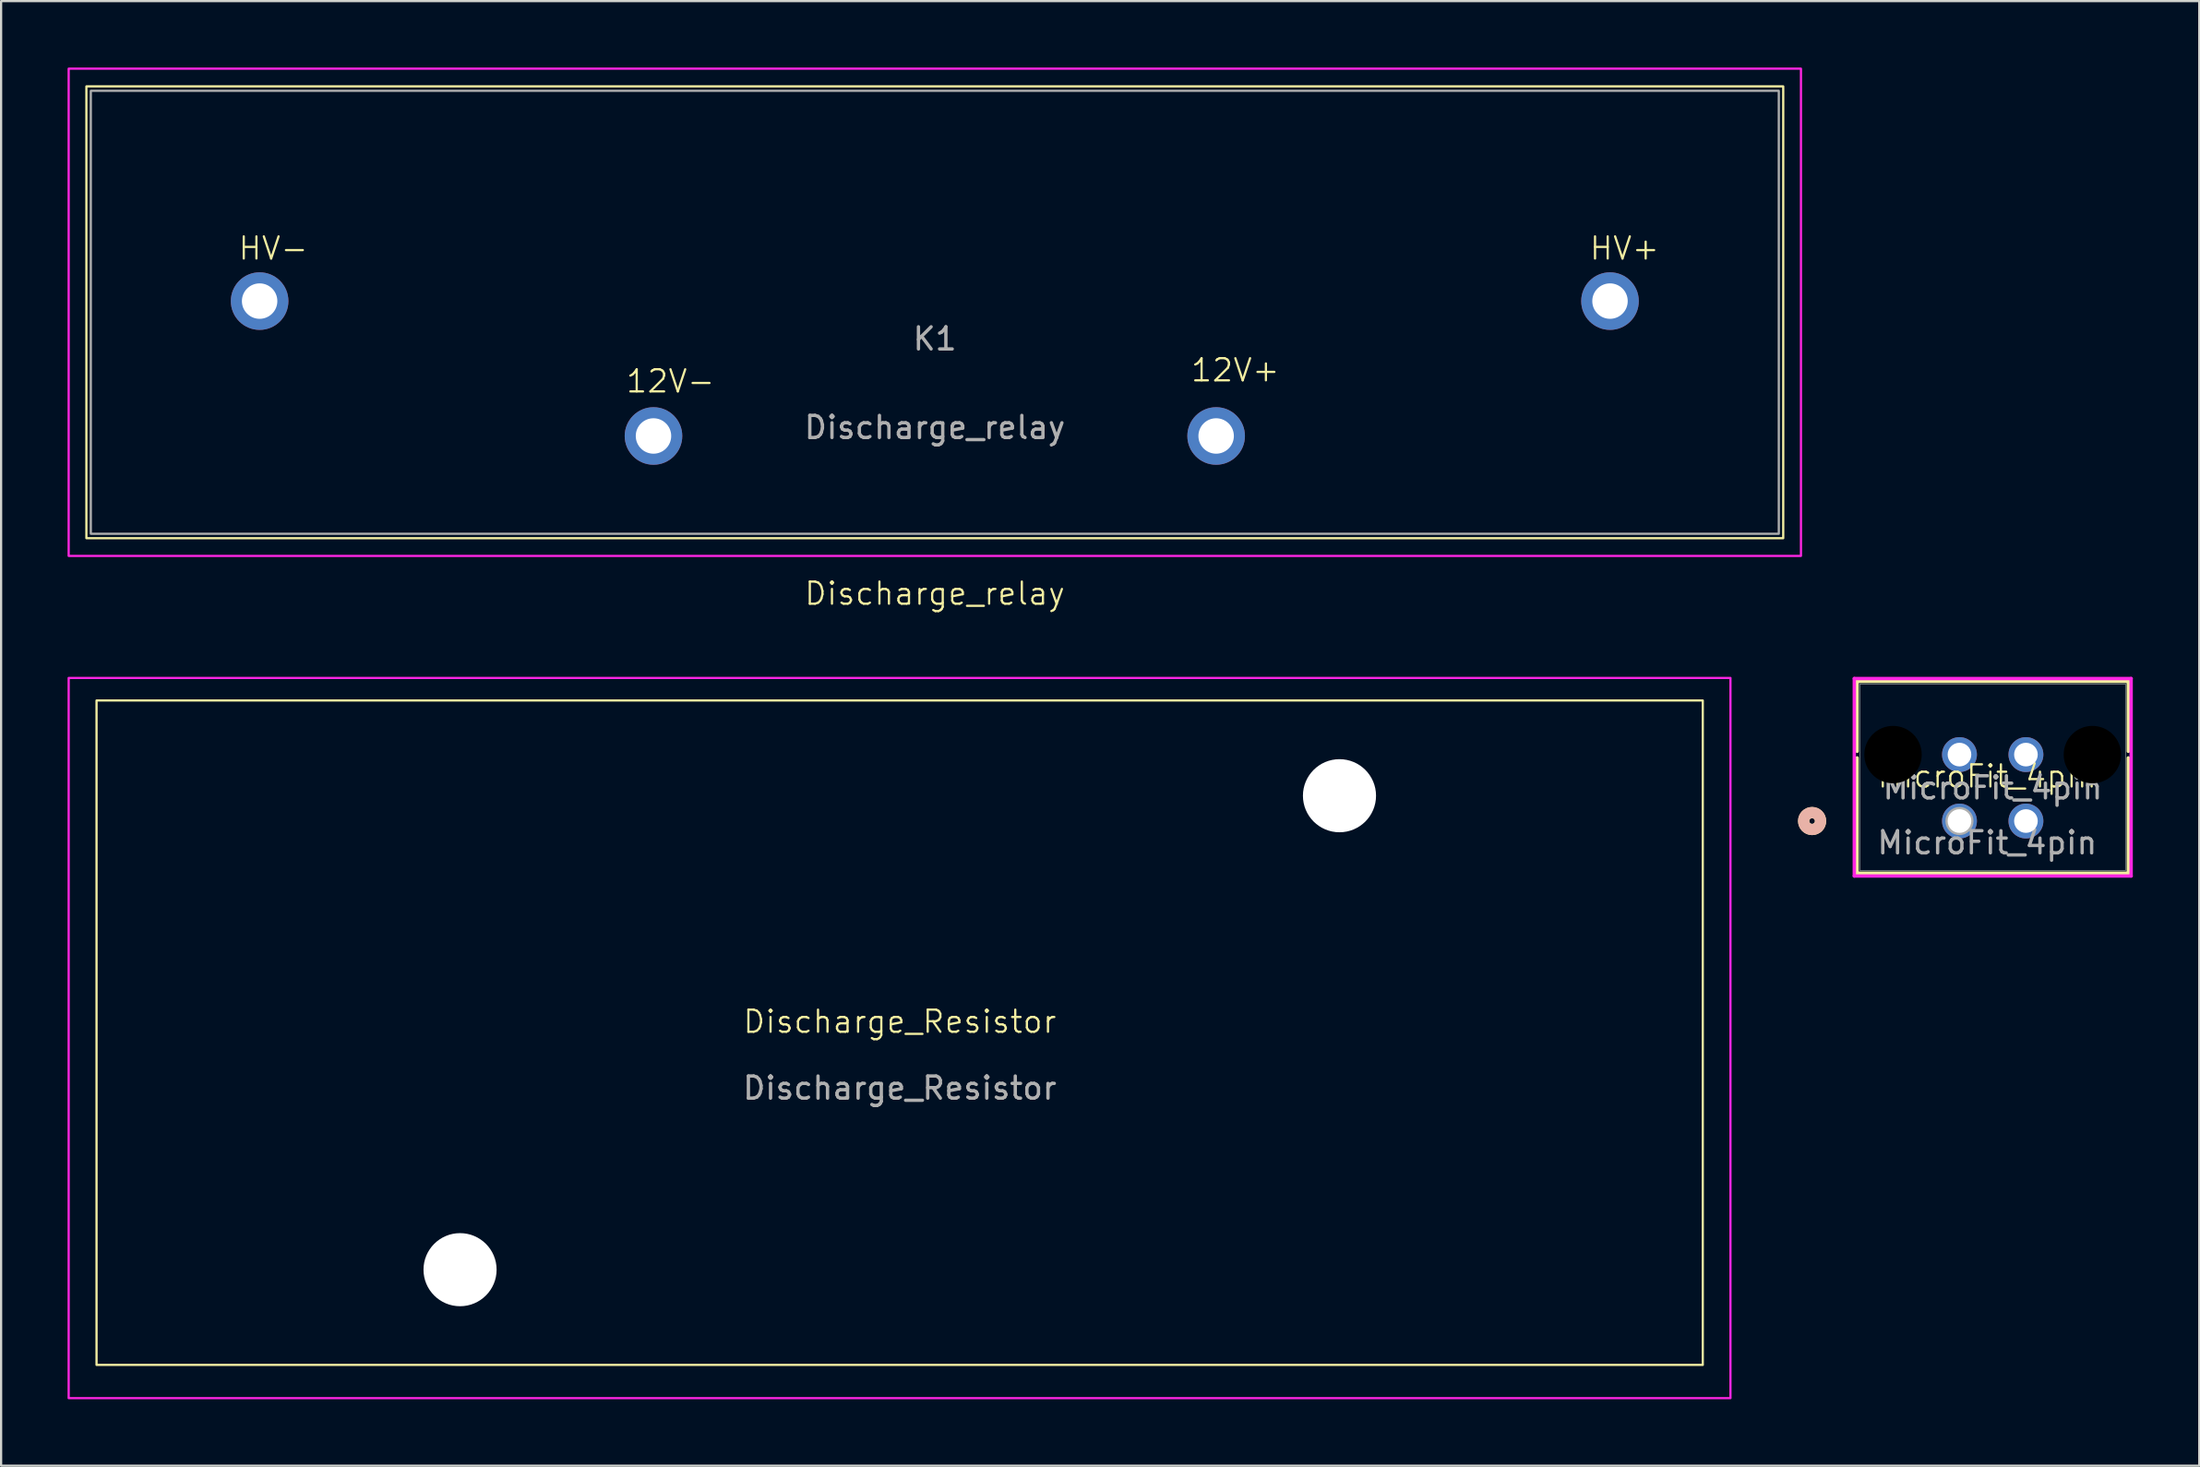
<source format=kicad_pcb>
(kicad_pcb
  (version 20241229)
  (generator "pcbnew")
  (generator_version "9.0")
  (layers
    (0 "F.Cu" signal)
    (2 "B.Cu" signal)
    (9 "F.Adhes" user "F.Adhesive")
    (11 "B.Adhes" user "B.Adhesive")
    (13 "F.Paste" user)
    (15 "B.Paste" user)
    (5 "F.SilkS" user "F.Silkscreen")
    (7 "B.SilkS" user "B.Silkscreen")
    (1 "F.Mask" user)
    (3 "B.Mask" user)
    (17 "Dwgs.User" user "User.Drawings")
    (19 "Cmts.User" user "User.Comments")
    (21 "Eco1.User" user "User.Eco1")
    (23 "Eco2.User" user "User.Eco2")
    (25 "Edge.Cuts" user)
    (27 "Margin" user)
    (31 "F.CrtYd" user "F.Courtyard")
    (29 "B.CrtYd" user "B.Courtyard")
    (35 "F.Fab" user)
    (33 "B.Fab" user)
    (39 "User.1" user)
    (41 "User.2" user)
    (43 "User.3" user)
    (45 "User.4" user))
  (footprint "Discharge_relay"
    (layer "F.Cu")
    (at 39.15 12.25)
    (property "Reference" "Discharge_relay" (at 0 11.5 0) (unlocked yes) (layer "F.SilkS") (effects (font (size 1 1) (thickness 0.1))))
    (attr smd)
    (fp_rect (start -38.3 -11.4) (end 38.3 9) (stroke (width 0.1) (type solid)) (fill no) (layer "F.SilkS"))
    (fp_rect (start -39.1 -12.2) (end 39.1 9.8) (stroke (width 0.1) (type solid)) (fill no) (layer "F.CrtYd"))
    (fp_rect (start -38.1 -11.2) (end 38.1 8.8) (stroke (width 0.1) (type solid)) (fill no) (layer "F.Fab"))
    (fp_text user "12V-" (at -14 2.5 0) (unlocked yes) (layer "F.SilkS") (effects (font (size 1 1) (thickness 0.1)) (justify left bottom)))
    (fp_text user "12V+" (at 11.5 2 0) (unlocked yes) (layer "F.SilkS") (effects (font (size 1 1) (thickness 0.1)) (justify left bottom)))
    (fp_text user "HV-" (at -31.5 -3.5 0) (unlocked yes) (layer "F.SilkS") (effects (font (size 1 1) (thickness 0.1)) (justify left bottom)))
    (fp_text user "HV+" (at 29.5 -3.5 0) (unlocked yes) (layer "F.SilkS") (effects (font (size 1 1) (thickness 0.1)) (justify left bottom)))
    (fp_text user "K1" (at 0 0 0) (unlocked yes) (layer "F.Fab") (effects (font (size 1 1) (thickness 0.15))))
    (fp_text user "${REFERENCE}" (at 0 4 0) (unlocked yes) (layer "F.Fab") (effects (font (size 1 1) (thickness 0.15))))
    (pad "1" thru_hole circle (at 30.48 -1.705 180) (size 2.6 2.6) (drill 1.6) (layers "*.Cu" "*.Mask"))
    (pad "2" thru_hole circle (at 12.7 4.385 180) (size 2.6 2.6) (drill 1.6) (layers "*.Cu" "*.Mask"))
    (pad "3" thru_hole circle (at -12.7 4.385 180) (size 2.6 2.6) (drill 1.6) (layers "*.Cu" "*.Mask"))
    (pad "4" thru_hole circle (at -30.48 -1.705 180) (size 2.6 2.6) (drill 1.6) (layers "*.Cu" "*.Mask"))
    (zone (net_name "") (layer "F.SilkS") (hatch edge 0.5) (connect_pads) (min_thickness 0.25) (filled_areas_thickness no) (keepout (tracks allowed) (vias allowed) (pads not_allowed) (copperpour allowed) (footprints not_allowed)) (placement (enabled no)) (fill) (polygon (pts (xy 0.85 0.85) (xy 0.85 21.25) (xy 77.45 21.25) (xy 77.45 0.85)))))
  (footprint "MicroFit_4pin"
    (layer "F.Cu")
    (at 86.658 32.502)
    (property "Reference" "MicroFit_4pin" (at 0 -0.5 0) (unlocked yes) (layer "F.SilkS") (effects (font (size 1 1) (thickness 0.1))))
    (attr smd)
    (fp_line (start -5.873 -4.788) (end -5.873 -1.629) (stroke (width 0.152) (type solid)) (layer "F.SilkS"))
    (fp_line (start -5.873 -1.333) (end -5.873 3.873) (stroke (width 0.152) (type solid)) (layer "F.SilkS"))
    (fp_line (start -5.873 3.873) (end 6.37 3.873) (stroke (width 0.152) (type solid)) (layer "F.SilkS"))
    (fp_line (start 6.37 -4.788) (end -5.873 -4.788) (stroke (width 0.152) (type solid)) (layer "F.SilkS"))
    (fp_line (start 6.37 -1.629) (end 6.37 -4.788) (stroke (width 0.152) (type solid)) (layer "F.SilkS"))
    (fp_line (start 6.37 3.873) (end 6.37 -1.333) (stroke (width 0.152) (type solid)) (layer "F.SilkS"))
    (fp_circle (center -7.905 1.519) (end -7.524 1.519) (stroke (width 0.508) (type solid)) (fill no) (layer "F.SilkS"))
    (fp_circle (center -7.905 1.519) (end -7.524 1.519) (stroke (width 0.508) (type solid)) (fill no) (layer "B.SilkS"))
    (fp_line (start -6 -4.915) (end -6 4) (stroke (width 0.152) (type solid)) (layer "F.CrtYd"))
    (fp_line (start -6 4) (end 6.497 4) (stroke (width 0.152) (type solid)) (layer "F.CrtYd"))
    (fp_line (start 6.497 -4.915) (end -6 -4.915) (stroke (width 0.152) (type solid)) (layer "F.CrtYd"))
    (fp_line (start 6.497 4) (end 6.497 -4.915) (stroke (width 0.152) (type solid)) (layer "F.CrtYd"))
    (fp_line (start -5.746 -4.661) (end -5.746 3.746) (stroke (width 0.025) (type solid)) (layer "F.Fab"))
    (fp_line (start -5.746 3.746) (end 6.243 3.746) (stroke (width 0.025) (type solid)) (layer "F.Fab"))
    (fp_line (start 6.243 -4.661) (end -5.746 -4.661) (stroke (width 0.025) (type solid)) (layer "F.Fab"))
    (fp_line (start 6.243 3.746) (end 6.243 -4.661) (stroke (width 0.025) (type solid)) (layer "F.Fab"))
    (fp_circle (center -1.252 1.519) (end -0.871 1.519) (stroke (width 0.508) (type solid)) (fill no) (layer "F.Fab"))
    (fp_text user "${REFERENCE}" (at 0.248 0.019 0) (unlocked yes) (layer "F.Fab") (effects (font (size 1 1) (thickness 0.15))))
    (fp_text user "${REFERENCE}" (at 0 2.5 0) (unlocked yes) (layer "F.Fab") (effects (font (size 1 1) (thickness 0.15))))
    (pad "" np_thru_hole circle (at -4.252 -1.481) (size 2.591 2.591) (drill 2.591) (layers))
    (pad "" np_thru_hole circle (at 4.748 -1.481) (size 2.591 2.591) (drill 2.591) (layers))
    (pad "1" thru_hole circle (at -1.252 1.519) (size 1.575 1.575) (drill 1.067) (layers "*.Cu" "*.Mask"))
    (pad "2" thru_hole circle (at 1.748 1.519) (size 1.575 1.575) (drill 1.067) (layers "*.Cu" "*.Mask"))
    (pad "3" thru_hole circle (at -1.252 -1.481) (size 1.575 1.575) (drill 1.067) (layers "*.Cu" "*.Mask"))
    (pad "4" thru_hole circle (at 1.748 -1.481) (size 1.575 1.575) (drill 1.067) (layers "*.Cu" "*.Mask")))
  (footprint "Discharge_Resistor"
    (layer "F.Cu")
    (at 37.568 43.578)
    (property "Reference" "Discharge_Resistor" (at 0 -0.5 0) (unlocked yes) (layer "F.SilkS") (effects (font (size 1 1) (thickness 0.1))))
    (attr through_hole)
    (fp_rect (start -36.26 -15) (end 36.25 15) (stroke (width 0.1) (type solid)) (fill no) (layer "F.SilkS"))
    (fp_rect (start -37.518 -16.018) (end 37.5 16.5) (stroke (width 0.1) (type solid)) (fill no) (layer "F.CrtYd"))
    (fp_text user "${REFERENCE}" (at 0 2.5 0) (unlocked yes) (layer "F.Fab") (effects (font (size 1 1) (thickness 0.15))))
    (pad "" np_thru_hole circle (at -19.85 10.7) (size 3.3 3.3) (drill 3.3) (layers "*.Cu" "*.Mask"))
    (pad "" np_thru_hole circle (at 19.85 -10.7) (size 3.3 3.3) (drill 3.3) (layers "*.Cu" "*.Mask")))
  (gr_rect
    (start -3 -3)
    (end 96.231 63.128)
    (stroke (width 0.1) (type default))
    (fill no)
    (layer "Edge.Cuts")))
</source>
